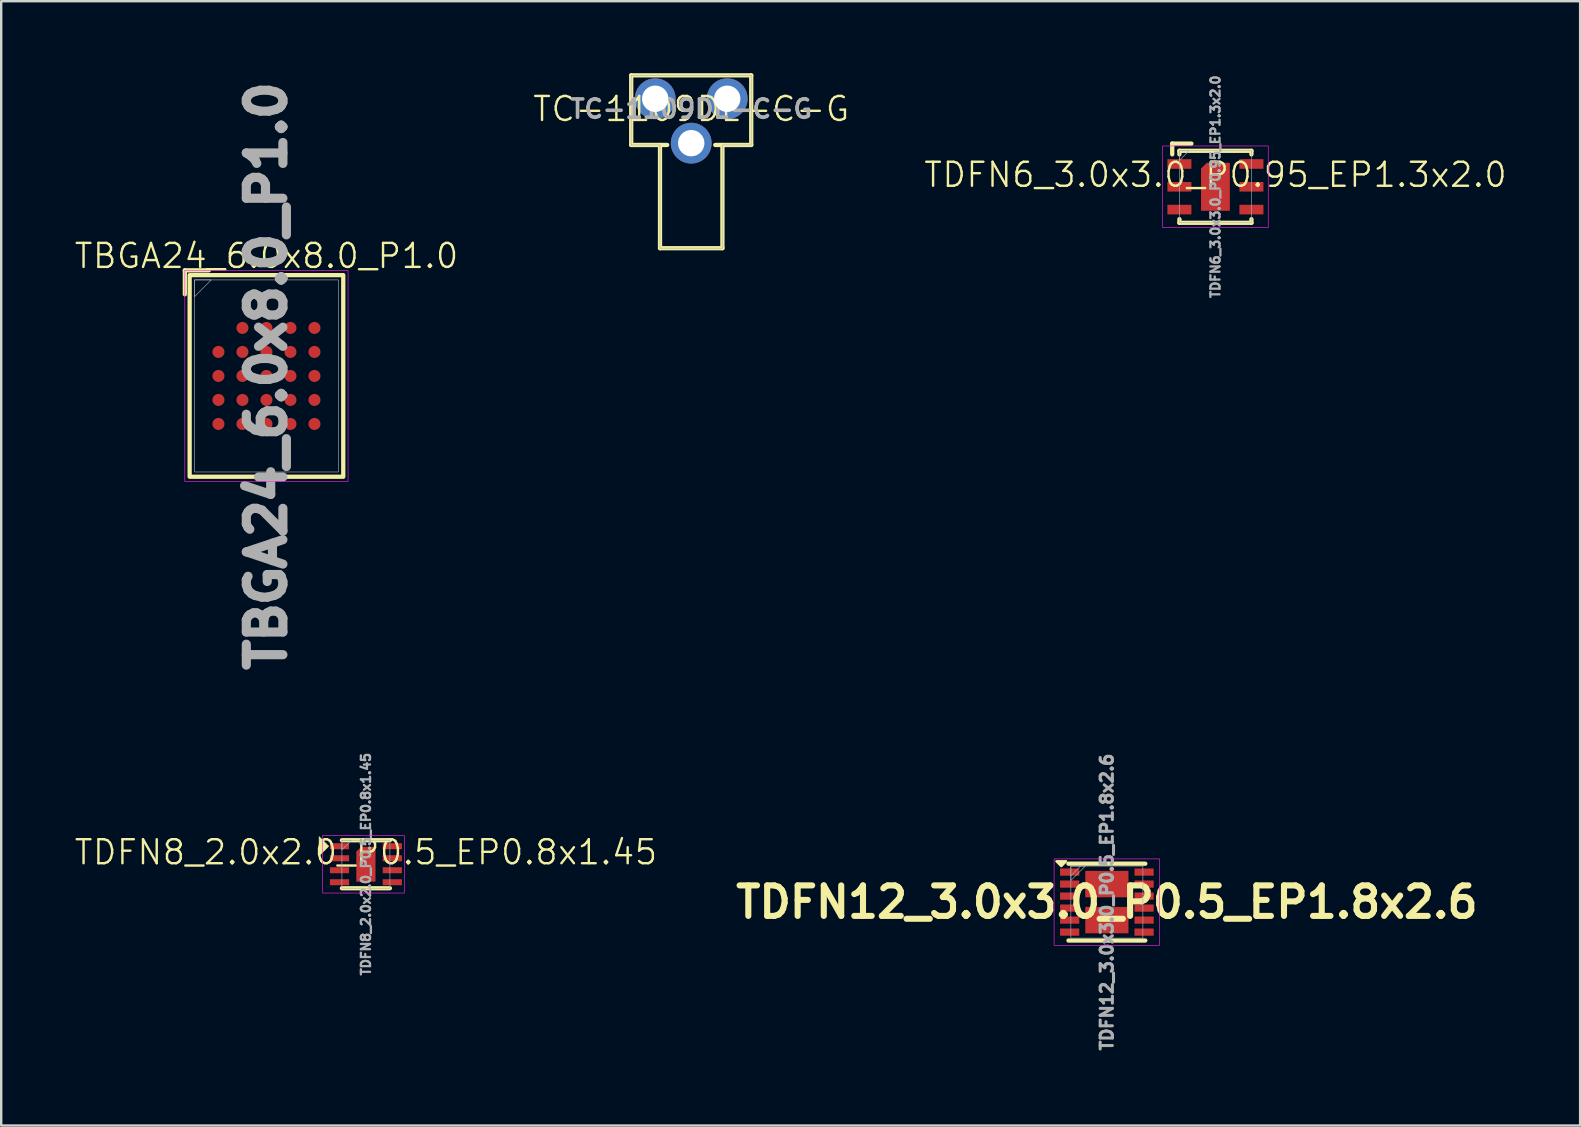
<source format=kicad_pcb>
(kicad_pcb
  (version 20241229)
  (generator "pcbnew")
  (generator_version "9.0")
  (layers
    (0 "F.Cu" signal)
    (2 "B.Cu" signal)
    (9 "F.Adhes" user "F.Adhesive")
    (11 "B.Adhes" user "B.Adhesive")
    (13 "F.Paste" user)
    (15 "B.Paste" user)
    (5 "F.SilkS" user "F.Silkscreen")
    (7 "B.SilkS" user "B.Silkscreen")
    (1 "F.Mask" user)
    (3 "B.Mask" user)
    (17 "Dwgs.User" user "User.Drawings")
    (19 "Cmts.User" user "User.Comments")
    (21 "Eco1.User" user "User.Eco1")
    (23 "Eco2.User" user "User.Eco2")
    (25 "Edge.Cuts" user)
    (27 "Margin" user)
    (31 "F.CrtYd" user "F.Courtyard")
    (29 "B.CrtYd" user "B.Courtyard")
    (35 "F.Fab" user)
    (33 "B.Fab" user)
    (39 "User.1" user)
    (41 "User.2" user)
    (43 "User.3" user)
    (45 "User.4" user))
  (footprint "TDFN6_3.0x3.0_P0.95_EP1.3x2.0"
    (layer "F.Cu")
    (at 47.583 4.731)
    (property "Reference" "TDFN6_3.0x3.0_P0.95_EP1.3x2.0" (at 0 -0.5 0) (unlocked yes) (layer "F.SilkS") (effects (font (size 1 1) (thickness 0.1))))
    (attr smd)
    (fp_line (start -1.8 -1.8) (end -1 -1.8) (stroke (width 0.178) (type default)) (layer "F.SilkS"))
    (fp_line (start -1.8 -1.35) (end -1.8 -1.8) (stroke (width 0.178) (type default)) (layer "F.SilkS"))
    (fp_line (start -1.5 -1.5) (end 1.5 -1.5) (stroke (width 0.178) (type default)) (layer "F.SilkS"))
    (fp_line (start -1.5 -1.35) (end -1.5 -1.5) (stroke (width 0.178) (type default)) (layer "F.SilkS"))
    (fp_line (start -1.5 1.35) (end -1.5 1.5) (stroke (width 0.178) (type default)) (layer "F.SilkS"))
    (fp_line (start -1.5 1.5) (end 1.5 1.5) (stroke (width 0.178) (type default)) (layer "F.SilkS"))
    (fp_line (start 1.5 -1.35) (end 1.5 -1.5) (stroke (width 0.178) (type default)) (layer "F.SilkS"))
    (fp_line (start 1.5 1.5) (end 1.5 1.35) (stroke (width 0.178) (type default)) (layer "F.SilkS"))
    (fp_rect (start -2.2 1.7) (end 2.2 -1.7) (stroke (width 0.025) (type default)) (fill no) (layer "F.CrtYd"))
    (fp_rect (start -1.5 1.5) (end 1.5 -1.5) (stroke (width 0.025) (type default)) (fill no) (layer "F.Fab"))
    (fp_poly (pts (xy -1.5 -1.5) (xy -1.5 -1.1) (xy -1.1 -1.5)) (stroke (width 0.025) (type solid)) (fill no) (layer "F.Fab"))
    (fp_text user "${REFERENCE}" (at 0 0 90) (unlocked yes) (layer "F.Fab") (effects (font (size 0.381 0.381) (thickness 0.095))))
    (pad "1" smd rect (at -1.5 -0.95) (size 1 0.4) (layers "F.Cu" "F.Mask" "F.Paste"))
    (pad "2" smd rect (at -1.5 0) (size 1 0.4) (layers "F.Cu" "F.Mask" "F.Paste"))
    (pad "3" smd rect (at -1.5 0.95) (size 1 0.4) (layers "F.Cu" "F.Mask" "F.Paste"))
    (pad "4" smd rect (at 1.5 0.95) (size 1 0.4) (layers "F.Cu" "F.Mask" "F.Paste"))
    (pad "5" smd rect (at 1.5 0) (size 1 0.4) (layers "F.Cu" "F.Mask" "F.Paste"))
    (pad "6" smd rect (at 1.5 -0.95) (size 1 0.4) (layers "F.Cu" "F.Mask" "F.Paste"))
    (pad "7" smd roundrect (at 0 0) (size 1.2 2) (layers "F.Cu" "F.Mask" "F.Paste") (roundrect_rratio 0) (chamfer_ratio 0.2) (chamfer top_left)))
  (footprint "TC-1109DE-C-G"
    (layer "F.Cu")
    (at 25.745 1.989)
    (property "Reference" "TC-1109DE-C-G" (at 0 -0.5 0) (unlocked yes) (layer "F.SilkS") (effects (font (size 1 1) (thickness 0.1))))
    (attr through_hole)
    (fp_line (start -2.5 -1.9) (end 2.5 -1.9) (stroke (width 0.178) (type solid)) (layer "F.SilkS"))
    (fp_line (start -2.5 1) (end -2.5 -1.9) (stroke (width 0.178) (type solid)) (layer "F.SilkS"))
    (fp_line (start -2.5 1) (end -1 1) (stroke (width 0.178) (type solid)) (layer "F.SilkS"))
    (fp_line (start -1.3 1) (end -1.3 5.3) (stroke (width 0.178) (type solid)) (layer "F.SilkS"))
    (fp_line (start -1.3 5.3) (end 1.3 5.3) (stroke (width 0.178) (type solid)) (layer "F.SilkS"))
    (fp_line (start 1.3 1) (end 1.3 5.3) (stroke (width 0.178) (type solid)) (layer "F.SilkS"))
    (fp_line (start 2.5 1) (end 1 1) (stroke (width 0.178) (type solid)) (layer "F.SilkS"))
    (fp_line (start 2.5 1) (end 2.5 -1.9) (stroke (width 0.178) (type solid)) (layer "F.SilkS"))
    (fp_line (start -2.5 -1.9) (end 2.5 -1.9) (stroke (width 0.025) (type solid)) (layer "F.Fab"))
    (fp_line (start -2.5 1) (end -2.5 -1.9) (stroke (width 0.025) (type solid)) (layer "F.Fab"))
    (fp_line (start -1.3 1) (end -2.5 1) (stroke (width 0.025) (type solid)) (layer "F.Fab"))
    (fp_line (start -1.3 5.3) (end -1.3 1) (stroke (width 0.025) (type solid)) (layer "F.Fab"))
    (fp_line (start 1.3 1) (end 1.3 5.3) (stroke (width 0.025) (type solid)) (layer "F.Fab"))
    (fp_line (start 1.3 5.3) (end -1.3 5.3) (stroke (width 0.025) (type solid)) (layer "F.Fab"))
    (fp_line (start 2.5 -1.9) (end 2.5 1) (stroke (width 0.025) (type solid)) (layer "F.Fab"))
    (fp_line (start 2.5 1) (end 1.3 1) (stroke (width 0.025) (type solid)) (layer "F.Fab"))
    (fp_text user "${REFERENCE}" (at 0 -0.5 0) (unlocked yes) (layer "F.Fab") (effects (font (size 0.762 0.762) (thickness 0.152) (bold yes))))
    (pad "1" thru_hole circle (at -1.5 -0.925) (size 1.7 1.7) (drill 1.1) (layers "*.Cu" "*.Mask"))
    (pad "2" thru_hole circle (at 1.5 -0.925) (size 1.7 1.7) (drill 1.1) (layers "*.Cu" "*.Mask"))
    (pad "SH" thru_hole circle (at 0 0.925) (size 1.7 1.7) (drill 1.1) (layers "*.Cu" "*.Mask")))
  (footprint "TDFN12_3.0x3.0_P0.5_EP1.8x2.6"
    (layer "F.Cu")
    (at 43.061 34.53)
    (property "Reference" "TDFN12_3.0x3.0_P0.5_EP1.8x2.6" (at 0 0 0) (layer "F.SilkS") (effects (font (size 1.27 1.27) (thickness 0.254))))
    (attr smd)
    (fp_line (start -1.6 -1.6) (end 1.6 -1.6) (stroke (width 0.178) (type solid)) (layer "F.SilkS"))
    (fp_line (start -1.6 1.6) (end 1.6 1.6) (stroke (width 0.178) (type solid)) (layer "F.SilkS"))
    (fp_poly (pts (xy -2.1 -1.7) (xy -1.7 -1.7) (xy -1.9 -1.5)) (stroke (width 0.1) (type solid)) (fill yes) (layer "F.SilkS"))
    (fp_rect (start -2.2 -1.8) (end 2.2 1.8) (stroke (width 0.025) (type solid)) (fill no) (layer "F.CrtYd"))
    (fp_line (start -1.5 -1.1) (end -1.1 -1.5) (stroke (width 0.025) (type solid)) (layer "F.Fab"))
    (fp_rect (start -1.5 -1.5) (end 1.5 1.5) (stroke (width 0.025) (type solid)) (fill no) (layer "F.Fab"))
    (fp_poly (pts (xy -1.5 -1.5) (xy -1.5 -0.9) (xy -0.9 -1.5)) (stroke (width 0.025) (type solid)) (fill no) (layer "F.Fab"))
    (fp_text user "${REFERENCE}" (at 0 0 90) (layer "F.Fab") (effects (font (size 0.508 0.508) (thickness 0.127))))
    (pad "1" smd rect (at -1.55 -1.25 90) (size 0.3 0.8) (layers "F.Cu" "F.Mask" "F.Paste"))
    (pad "2" smd rect (at -1.55 -0.75 90) (size 0.3 0.8) (layers "F.Cu" "F.Mask" "F.Paste"))
    (pad "3" smd rect (at -1.55 -0.25 90) (size 0.3 0.8) (layers "F.Cu" "F.Mask" "F.Paste"))
    (pad "4" smd rect (at -1.55 0.25 90) (size 0.3 0.8) (layers "F.Cu" "F.Mask" "F.Paste"))
    (pad "5" smd rect (at -1.55 0.75 90) (size 0.3 0.8) (layers "F.Cu" "F.Mask" "F.Paste"))
    (pad "6" smd rect (at -1.55 1.25 90) (size 0.3 0.8) (layers "F.Cu" "F.Mask" "F.Paste"))
    (pad "7" smd rect (at 1.55 1.25 90) (size 0.3 0.8) (layers "F.Cu" "F.Mask" "F.Paste"))
    (pad "8" smd rect (at 1.55 0.75 90) (size 0.3 0.8) (layers "F.Cu" "F.Mask" "F.Paste"))
    (pad "9" smd rect (at 1.55 0.25 90) (size 0.3 0.8) (layers "F.Cu" "F.Mask" "F.Paste"))
    (pad "10" smd rect (at 1.55 -0.25 90) (size 0.3 0.8) (layers "F.Cu" "F.Mask" "F.Paste"))
    (pad "11" smd rect (at 1.55 -0.75 90) (size 0.3 0.8) (layers "F.Cu" "F.Mask" "F.Paste"))
    (pad "12" smd rect (at 1.55 -1.25 90) (size 0.3 0.8) (layers "F.Cu" "F.Mask" "F.Paste"))
    (pad "13" smd rect (at 0 -0.75) (size 1.8 1.1) (layers "F.Cu" "F.Mask" "F.Paste"))
    (pad "13" smd rect (at 0 0.75) (size 1.8 1.1) (layers "F.Cu" "F.Mask" "F.Paste")))
  (footprint "TDFN8_2.0x2.0_P0.5_EP0.8x1.45"
    (layer "F.Cu")
    (at 12.193 32.953)
    (property "Reference" "TDFN8_2.0x2.0_P0.5_EP0.8x1.45" (at 0 -0.5 0) (unlocked yes) (layer "F.SilkS") (effects (font (size 1 1) (thickness 0.1))))
    (attr smd)
    (fp_line (start -1 -1) (end 1 -1) (stroke (width 0.178) (type default)) (layer "F.SilkS"))
    (fp_line (start -1 1) (end 1 1) (stroke (width 0.178) (type default)) (layer "F.SilkS"))
    (fp_poly (pts (xy -1.55 -0.75) (xy -1.95 -1.15) (xy -1.95 -0.35)) (stroke (width 0.025) (type solid)) (fill yes) (layer "F.SilkS"))
    (fp_rect (start -1.8 -1.2) (end 1.6 1.2) (stroke (width 0.025) (type default)) (fill no) (layer "F.CrtYd"))
    (fp_rect (start -1 1) (end 1 -1) (stroke (width 0.025) (type default)) (fill no) (layer "F.Fab"))
    (fp_poly (pts (xy -1 -1) (xy -1 -0.6) (xy -0.6 -1)) (stroke (width 0.025) (type solid)) (fill no) (layer "F.Fab"))
    (fp_text user "${REFERENCE}" (at 0 0 90) (unlocked yes) (layer "F.Fab") (effects (font (size 0.381 0.381) (thickness 0.095) (bold yes))))
    (pad "1" smd rect (at -1.1 -0.75) (size 0.8 0.25) (layers "F.Cu" "F.Mask" "F.Paste"))
    (pad "2" smd rect (at -1.1 -0.25) (size 0.8 0.25) (layers "F.Cu" "F.Mask" "F.Paste"))
    (pad "3" smd rect (at -1.1 0.25) (size 0.8 0.25) (layers "F.Cu" "F.Mask" "F.Paste"))
    (pad "4" smd rect (at -1.1 0.75) (size 0.8 0.25) (layers "F.Cu" "F.Mask" "F.Paste"))
    (pad "5" smd rect (at 1.1 0.75) (size 0.8 0.25) (layers "F.Cu" "F.Mask" "F.Paste"))
    (pad "6" smd rect (at 1.1 0.25) (size 0.8 0.25) (layers "F.Cu" "F.Mask" "F.Paste"))
    (pad "7" smd rect (at 1.1 -0.25) (size 0.8 0.25) (layers "F.Cu" "F.Mask" "F.Paste"))
    (pad "8" smd rect (at 1.1 -0.75) (size 0.8 0.25) (layers "F.Cu" "F.Mask" "F.Paste"))
    (pad "9" smd roundrect (at 0 0) (size 0.8 1.45) (layers "F.Cu" "F.Mask" "F.Paste") (roundrect_rratio 0) (chamfer_ratio 0.25) (chamfer top_left)))
  (footprint "TBGA24_6.0x8.0_P1.0"
    (layer "F.Cu")
    (at 8.05 12.611)
    (property "Reference" "TBGA24_6.0x8.0_P1.0" (at 0 -5 0) (unlocked yes) (layer "F.SilkS") (effects (font (size 1 1) (thickness 0.1))))
    (attr smd)
    (fp_line (start -3.4 -4.4) (end -2.4 -4.4) (stroke (width 0.178) (type default)) (layer "F.SilkS"))
    (fp_line (start -3.4 -3.4) (end -3.4 -4.4) (stroke (width 0.178) (type default)) (layer "F.SilkS"))
    (fp_rect (start -3.2 -4.2) (end 3.2 4.2) (stroke (width 0.178) (type default)) (fill no) (layer "F.SilkS"))
    (fp_rect (start -3.4 -4.4) (end 3.4 4.4) (stroke (width 0.025) (type default)) (fill no) (layer "F.CrtYd"))
    (fp_rect (start -3 4) (end 3 -4) (stroke (width 0.025) (type default)) (fill no) (layer "F.Fab"))
    (fp_poly (pts (xy -3 -4) (xy -3 -3.3) (xy -2.3 -4)) (stroke (width 0.025) (type solid)) (fill no) (layer "F.Fab"))
    (fp_text user "${REFERENCE}" (at 0 0 90) (unlocked yes) (layer "F.Fab") (effects (font (size 1.524 1.524) (thickness 0.381) (bold yes))))
    (pad "A2" smd circle (at -1 -2) (size 0.5 0.5) (layers "F.Cu" "F.Mask" "F.Paste"))
    (pad "A3" smd circle (at 0 -2) (size 0.5 0.5) (layers "F.Cu" "F.Mask" "F.Paste"))
    (pad "A4" smd circle (at 1 -2) (size 0.5 0.5) (layers "F.Cu" "F.Mask" "F.Paste"))
    (pad "A5" smd circle (at 2 -2) (size 0.5 0.5) (layers "F.Cu" "F.Mask" "F.Paste"))
    (pad "B1" smd circle (at -2 -1) (size 0.5 0.5) (layers "F.Cu" "F.Mask" "F.Paste"))
    (pad "B2" smd circle (at -1 -1) (size 0.5 0.5) (layers "F.Cu" "F.Mask" "F.Paste"))
    (pad "B3" smd circle (at 0 -1) (size 0.5 0.5) (layers "F.Cu" "F.Mask" "F.Paste"))
    (pad "B4" smd circle (at 1 -1) (size 0.5 0.5) (layers "F.Cu" "F.Mask" "F.Paste"))
    (pad "B5" smd circle (at 2 -1) (size 0.5 0.5) (layers "F.Cu" "F.Mask" "F.Paste"))
    (pad "C1" smd circle (at -2 0) (size 0.5 0.5) (layers "F.Cu" "F.Mask" "F.Paste"))
    (pad "C2" smd circle (at -1 0) (size 0.5 0.5) (layers "F.Cu" "F.Mask" "F.Paste"))
    (pad "C3" smd circle (at 0 0) (size 0.5 0.5) (layers "F.Cu" "F.Mask" "F.Paste"))
    (pad "C4" smd circle (at 1 0) (size 0.5 0.5) (layers "F.Cu" "F.Mask" "F.Paste"))
    (pad "C5" smd circle (at 2 0) (size 0.5 0.5) (layers "F.Cu" "F.Mask" "F.Paste"))
    (pad "D1" smd circle (at -2 1) (size 0.5 0.5) (layers "F.Cu" "F.Mask" "F.Paste"))
    (pad "D2" smd circle (at -1 1) (size 0.5 0.5) (layers "F.Cu" "F.Mask" "F.Paste"))
    (pad "D3" smd circle (at 0 1) (size 0.5 0.5) (layers "F.Cu" "F.Mask" "F.Paste"))
    (pad "D4" smd circle (at 1 1) (size 0.5 0.5) (layers "F.Cu" "F.Mask" "F.Paste"))
    (pad "D5" smd circle (at 2 1) (size 0.5 0.5) (layers "F.Cu" "F.Mask" "F.Paste"))
    (pad "E1" smd circle (at -2 2) (size 0.5 0.5) (layers "F.Cu" "F.Mask" "F.Paste"))
    (pad "E2" smd circle (at -1 2) (size 0.5 0.5) (layers "F.Cu" "F.Mask" "F.Paste"))
    (pad "E3" smd circle (at 0 2) (size 0.5 0.5) (layers "F.Cu" "F.Mask" "F.Paste"))
    (pad "E4" smd circle (at 1 2) (size 0.5 0.5) (layers "F.Cu" "F.Mask" "F.Paste"))
    (pad "E5" smd circle (at 2 2) (size 0.5 0.5) (layers "F.Cu" "F.Mask" "F.Paste")))
  (gr_rect
    (start -3 -3)
    (end 62.776 43.839)
    (stroke (width 0.1) (type default))
    (fill no)
    (layer "Edge.Cuts")))
</source>
